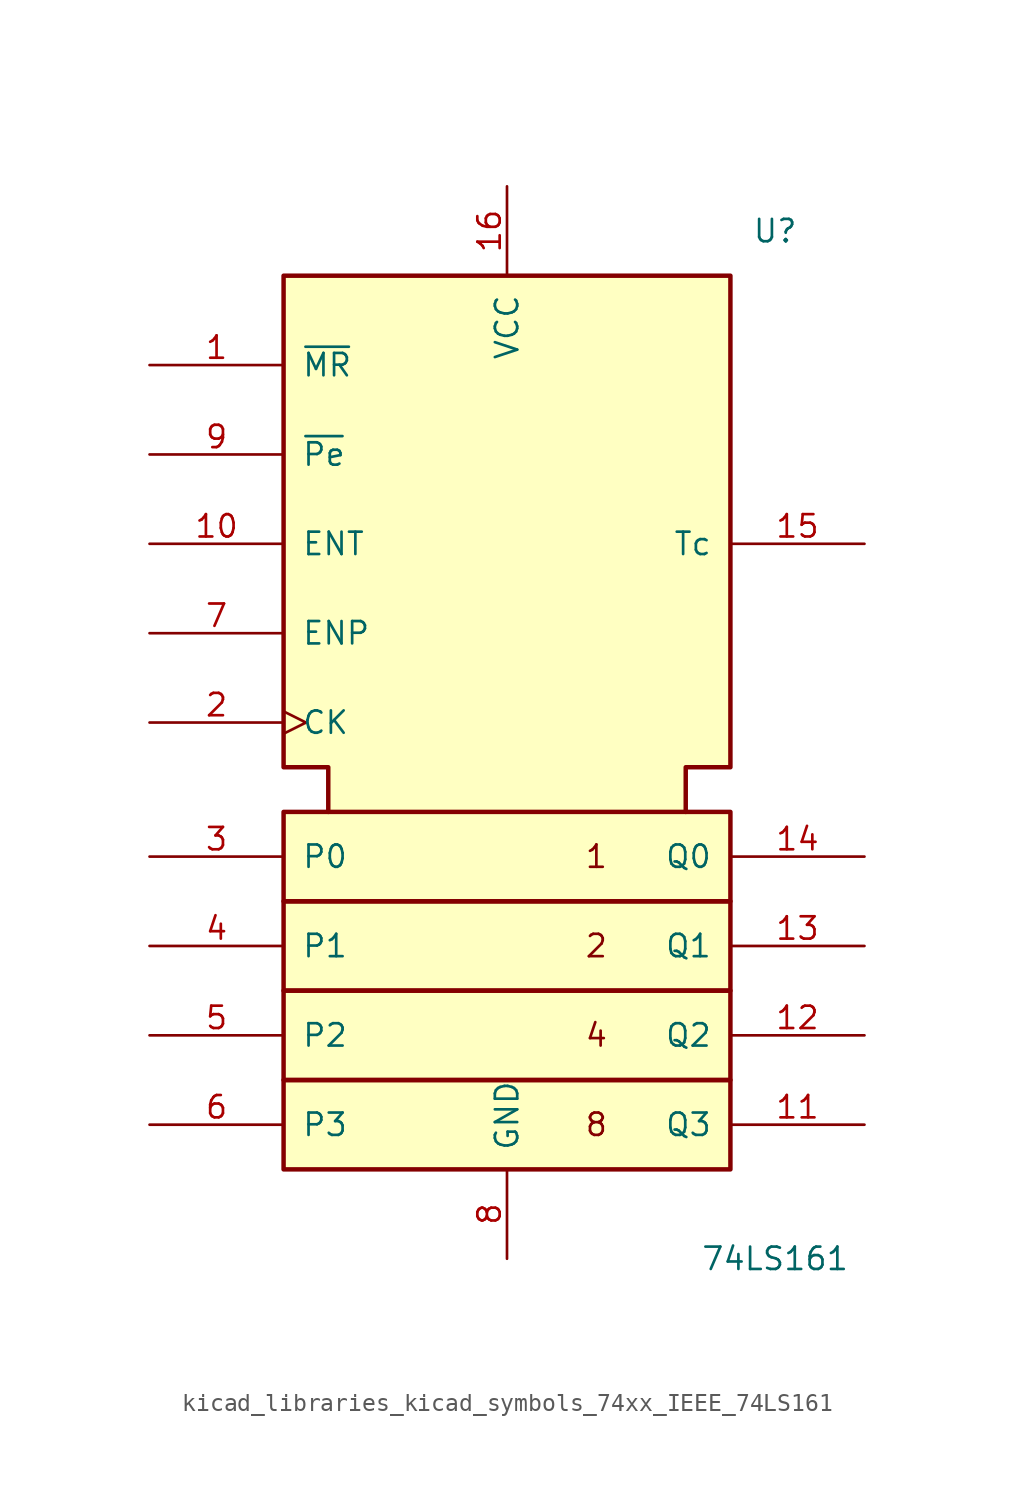
<source format=kicad_sym>
(kicad_symbol_lib
  (version 20220914)
  (generator kicad_symbol_editor)
  (symbol "kicad_libraries_kicad_symbols_74xx_IEEE_74LS161"
    (pin_names
      (offset 1.016))
    (property "Reference" "U"
      (at 15.24 30.48 0)
      (effects (font (size 1.27 1.27))))
    (property "Value" "74LS161"
      (at 15.24 -27.94 0)
      (effects (font (size 1.27 1.27))))
    (symbol "kicad_libraries_kicad_symbols_74xx_IEEE_74LS161_0_0"
      (rectangle (start -12.7 -17.78) (end 12.7 -22.86) (stroke (width 0.254) (type default)) (fill (type background)))
      (rectangle (start -12.7 -12.7) (end 12.7 -17.78) (stroke (width 0.254) (type default)) (fill (type background)))
      (rectangle (start -12.7 -7.62) (end 12.7 -12.7) (stroke (width 0.254) (type default)) (fill (type background)))
      (rectangle (start -12.7 -2.54) (end 12.7 -7.62) (stroke (width 0.254) (type default)) (fill (type background)))
      (polyline (pts (xy -10.16 -2.54) (xy -10.16 0) (xy -12.7 0) (xy -12.7 27.94) (xy 12.7 27.94) (xy 12.7 0) (xy 10.16 0) (xy 10.16 -2.54) (xy 10.16 -2.54)) (stroke (width 0.254) (type default)) (fill (type background)))
      (text "1" (at 5.08 -5.08 0) (effects (font (size 1.27 1.27))))
      (text "2" (at 5.08 -10.16 0) (effects (font (size 1.27 1.27))))
      (text "4" (at 5.08 -15.24 0) (effects (font (size 1.27 1.27))))
      (text "8" (at 5.08 -20.32 0) (effects (font (size 1.27 1.27))))
      (pin power_in line (at 0 33.02 270) (length 5.08) (name "VCC" (effects (font (size 1.27 1.27)))) (number "16" (effects (font (size 1.27 1.27)))))
      (pin power_in line (at 0 -27.94 90) (length 5.08) (name "GND" (effects (font (size 1.27 1.27)))) (number "8" (effects (font (size 1.27 1.27))))))
    (symbol "kicad_libraries_kicad_symbols_74xx_IEEE_74LS161_1_1"
      (pin input line (at -20.32 22.86 0) (length 7.62) (name "~{MR}" (effects (font (size 1.27 1.27)))) (number "1" (effects (font (size 1.27 1.27)))))
      (pin input line (at -20.32 12.7 0) (length 7.62) (name "ENT" (effects (font (size 1.27 1.27)))) (number "10" (effects (font (size 1.27 1.27)))))
      (pin output line (at 20.32 -20.32 180) (length 7.62) (name "Q3" (effects (font (size 1.27 1.27)))) (number "11" (effects (font (size 1.27 1.27)))))
      (pin output line (at 20.32 -15.24 180) (length 7.62) (name "Q2" (effects (font (size 1.27 1.27)))) (number "12" (effects (font (size 1.27 1.27)))))
      (pin output line (at 20.32 -10.16 180) (length 7.62) (name "Q1" (effects (font (size 1.27 1.27)))) (number "13" (effects (font (size 1.27 1.27)))))
      (pin output line (at 20.32 -5.08 180) (length 7.62) (name "Q0" (effects (font (size 1.27 1.27)))) (number "14" (effects (font (size 1.27 1.27)))))
      (pin output line (at 20.32 12.7 180) (length 7.62) (name "Tc" (effects (font (size 1.27 1.27)))) (number "15" (effects (font (size 1.27 1.27)))))
      (pin input clock (at -20.32 2.54 0) (length 7.62) (name "CK" (effects (font (size 1.27 1.27)))) (number "2" (effects (font (size 1.27 1.27)))))
      (pin input line (at -20.32 -5.08 0) (length 7.62) (name "P0" (effects (font (size 1.27 1.27)))) (number "3" (effects (font (size 1.27 1.27)))))
      (pin input line (at -20.32 -10.16 0) (length 7.62) (name "P1" (effects (font (size 1.27 1.27)))) (number "4" (effects (font (size 1.27 1.27)))))
      (pin input line (at -20.32 -15.24 0) (length 7.62) (name "P2" (effects (font (size 1.27 1.27)))) (number "5" (effects (font (size 1.27 1.27)))))
      (pin input line (at -20.32 -20.32 0) (length 7.62) (name "P3" (effects (font (size 1.27 1.27)))) (number "6" (effects (font (size 1.27 1.27)))))
      (pin input line (at -20.32 7.62 0) (length 7.62) (name "ENP" (effects (font (size 1.27 1.27)))) (number "7" (effects (font (size 1.27 1.27)))))
      (pin input line (at -20.32 17.78 0) (length 7.62) (name "~{Pe}" (effects (font (size 1.27 1.27)))) (number "9" (effects (font (size 1.27 1.27))))))))
</source>
